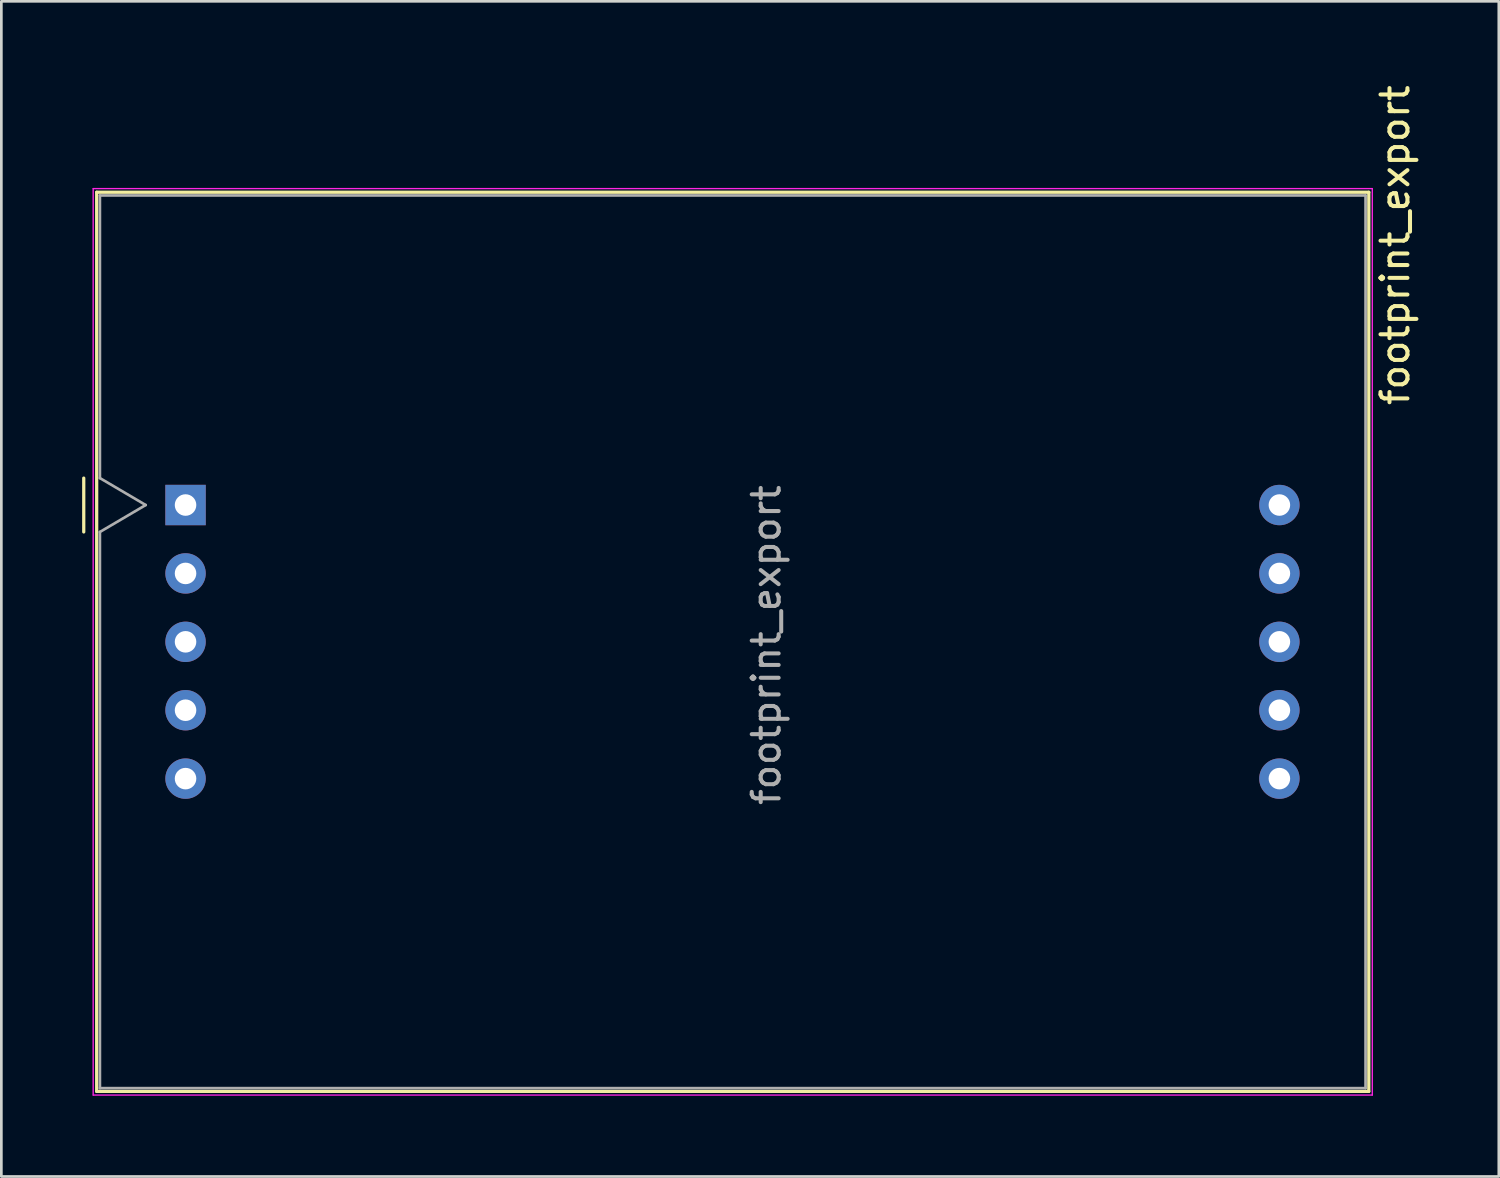
<source format=kicad_pcb>
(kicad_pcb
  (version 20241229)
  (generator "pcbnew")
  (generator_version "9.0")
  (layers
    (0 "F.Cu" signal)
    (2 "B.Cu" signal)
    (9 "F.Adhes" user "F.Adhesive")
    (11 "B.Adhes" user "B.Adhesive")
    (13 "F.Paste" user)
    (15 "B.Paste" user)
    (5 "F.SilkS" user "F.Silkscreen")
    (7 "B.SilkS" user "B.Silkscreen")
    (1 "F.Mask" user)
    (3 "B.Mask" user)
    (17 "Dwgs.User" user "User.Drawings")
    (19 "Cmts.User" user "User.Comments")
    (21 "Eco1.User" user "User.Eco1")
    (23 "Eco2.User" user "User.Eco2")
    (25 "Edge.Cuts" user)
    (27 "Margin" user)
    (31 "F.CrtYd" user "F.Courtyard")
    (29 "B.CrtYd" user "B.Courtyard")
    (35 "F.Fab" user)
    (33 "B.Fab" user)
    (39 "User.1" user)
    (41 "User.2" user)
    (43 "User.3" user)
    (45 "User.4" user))
  (footprint "footprint_export"
    (layer "F.Cu")
    (at 3.84 15.704)
    (property "Reference" "footprint_export" (at 44.92 -9.65 270) (layer "F.SilkS") (effects (font (size 1 1) (thickness 0.15))))
    (attr through_hole)
    (fp_line (start -3.78 -1) (end -3.78 1) (stroke (width 0.12) (type solid)) (layer "F.SilkS"))
    (fp_line (start -3.3 -11.615) (end 43.94 -11.615) (stroke (width 0.12) (type solid)) (layer "F.SilkS"))
    (fp_line (start -3.3 21.775) (end -3.3 -11.615) (stroke (width 0.12) (type solid)) (layer "F.SilkS"))
    (fp_line (start 43.94 -11.615) (end 43.94 21.775) (stroke (width 0.12) (type solid)) (layer "F.SilkS"))
    (fp_line (start 43.94 21.775) (end -3.3 21.775) (stroke (width 0.12) (type solid)) (layer "F.SilkS"))
    (fp_line (start -3.43 -11.75) (end 44.07 -11.75) (stroke (width 0.05) (type solid)) (layer "F.CrtYd"))
    (fp_line (start -3.43 21.91) (end -3.43 -11.75) (stroke (width 0.05) (type solid)) (layer "F.CrtYd"))
    (fp_line (start 44.07 -11.75) (end 44.07 21.91) (stroke (width 0.05) (type solid)) (layer "F.CrtYd"))
    (fp_line (start 44.07 21.91) (end -3.43 21.91) (stroke (width 0.05) (type solid)) (layer "F.CrtYd"))
    (fp_line (start -3.18 -11.495) (end -3.18 -1) (stroke (width 0.1) (type solid)) (layer "F.Fab"))
    (fp_line (start -3.18 -1) (end -1.48 0) (stroke (width 0.1) (type solid)) (layer "F.Fab"))
    (fp_line (start -3.18 1) (end -3.18 21.655) (stroke (width 0.1) (type solid)) (layer "F.Fab"))
    (fp_line (start -3.18 21.655) (end 43.82 21.655) (stroke (width 0.1) (type solid)) (layer "F.Fab"))
    (fp_line (start -1.48 0) (end -3.18 1) (stroke (width 0.1) (type solid)) (layer "F.Fab"))
    (fp_line (start 43.82 -11.495) (end -3.18 -11.495) (stroke (width 0.1) (type solid)) (layer "F.Fab"))
    (fp_line (start 43.82 21.655) (end 43.82 -11.495) (stroke (width 0.1) (type solid)) (layer "F.Fab"))
    (fp_text user "${REFERENCE}" (at 21.57 5.2 270) (layer "F.Fab") (effects (font (size 1 1) (thickness 0.15))))
    (pad "1" thru_hole rect (at 0 0 270) (size 1.5 1.5) (drill 0.8) (layers "*.Cu" "*.Mask"))
    (pad "2" thru_hole circle (at 0 2.54 270) (size 1.5 1.5) (drill 0.8) (layers "*.Cu" "*.Mask"))
    (pad "3" thru_hole circle (at 0 5.08 270) (size 1.5 1.5) (drill 0.8) (layers "*.Cu" "*.Mask"))
    (pad "4" thru_hole circle (at 0 7.62 270) (size 1.5 1.5) (drill 0.8) (layers "*.Cu" "*.Mask"))
    (pad "5" thru_hole circle (at 0 10.16 270) (size 1.5 1.5) (drill 0.8) (layers "*.Cu" "*.Mask"))
    (pad "6" thru_hole circle (at 40.62 10.16 270) (size 1.5 1.5) (drill 0.8) (layers "*.Cu" "*.Mask"))
    (pad "7" thru_hole circle (at 40.62 7.62 270) (size 1.5 1.5) (drill 0.8) (layers "*.Cu" "*.Mask"))
    (pad "8" thru_hole circle (at 40.62 5.08 270) (size 1.5 1.5) (drill 0.8) (layers "*.Cu" "*.Mask"))
    (pad "9" thru_hole circle (at 40.62 2.54 270) (size 1.5 1.5) (drill 0.8) (layers "*.Cu" "*.Mask"))
    (pad "10" thru_hole circle (at 40.62 0 270) (size 1.5 1.5) (drill 0.8) (layers "*.Cu" "*.Mask")))
  (gr_rect
    (start -3 -3)
    (end 52.608 40.639)
    (stroke (width 0.1) (type default))
    (fill no)
    (layer "Edge.Cuts")))
</source>
